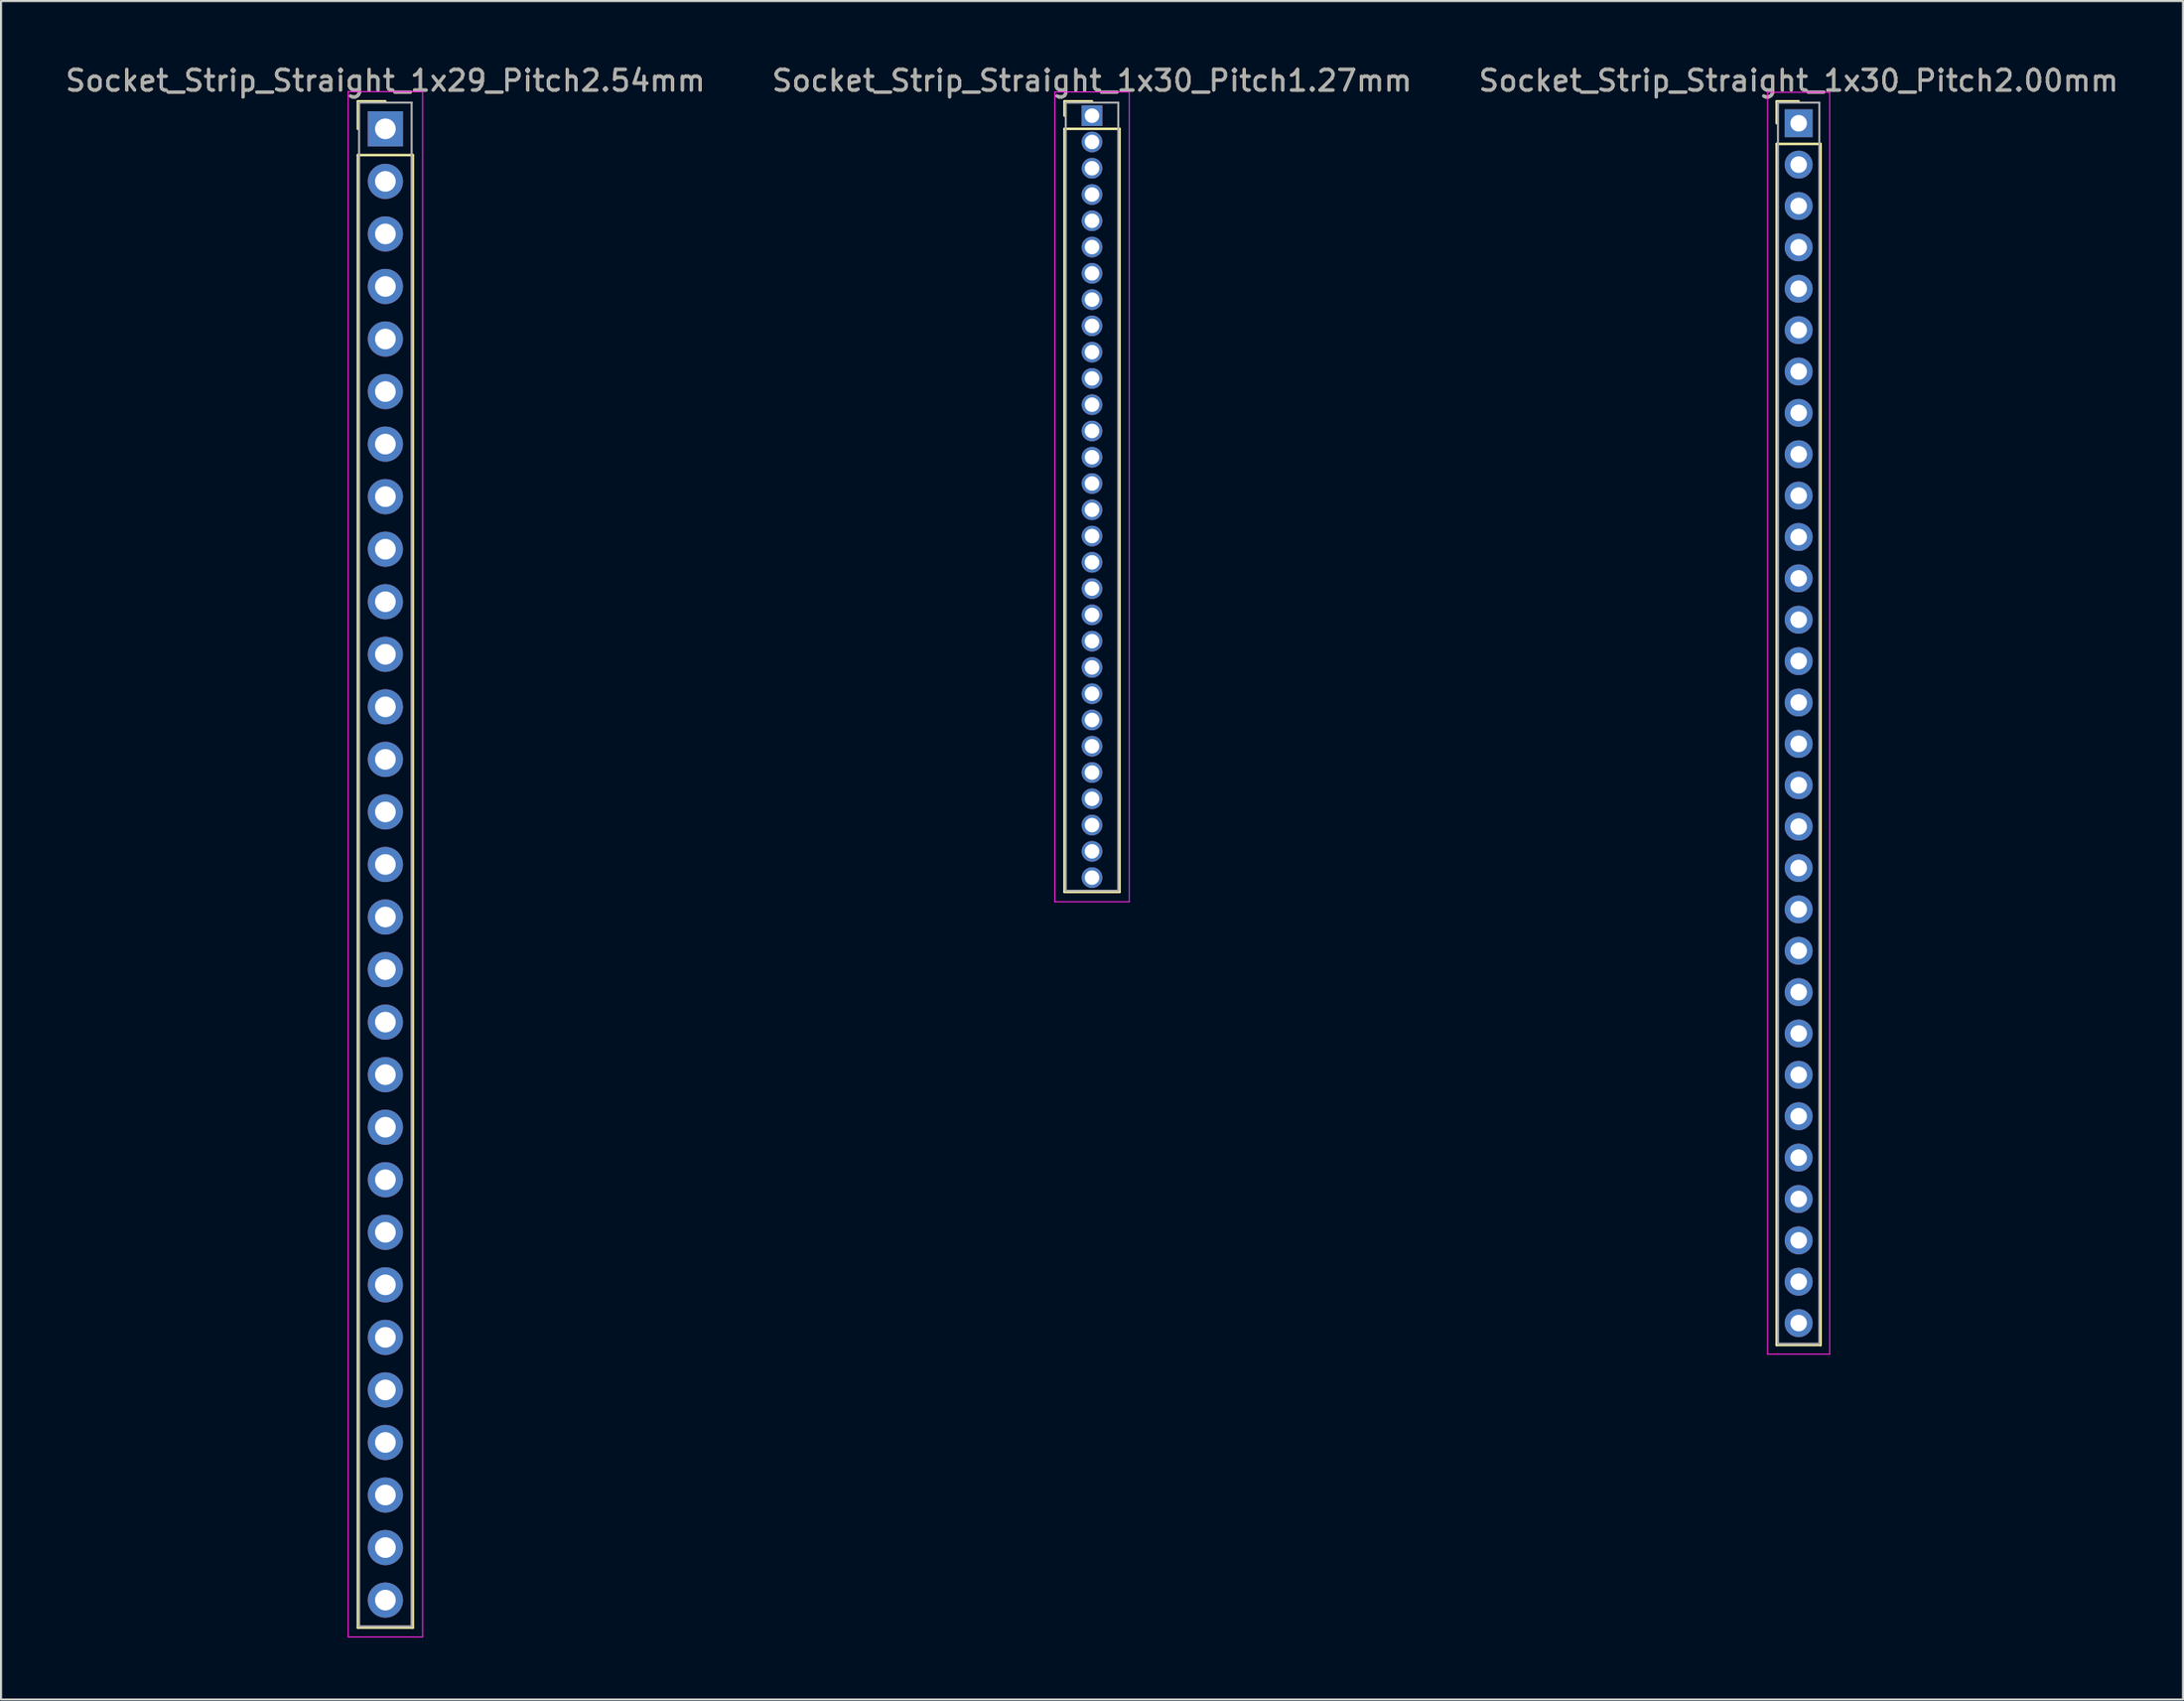
<source format=kicad_pcb>
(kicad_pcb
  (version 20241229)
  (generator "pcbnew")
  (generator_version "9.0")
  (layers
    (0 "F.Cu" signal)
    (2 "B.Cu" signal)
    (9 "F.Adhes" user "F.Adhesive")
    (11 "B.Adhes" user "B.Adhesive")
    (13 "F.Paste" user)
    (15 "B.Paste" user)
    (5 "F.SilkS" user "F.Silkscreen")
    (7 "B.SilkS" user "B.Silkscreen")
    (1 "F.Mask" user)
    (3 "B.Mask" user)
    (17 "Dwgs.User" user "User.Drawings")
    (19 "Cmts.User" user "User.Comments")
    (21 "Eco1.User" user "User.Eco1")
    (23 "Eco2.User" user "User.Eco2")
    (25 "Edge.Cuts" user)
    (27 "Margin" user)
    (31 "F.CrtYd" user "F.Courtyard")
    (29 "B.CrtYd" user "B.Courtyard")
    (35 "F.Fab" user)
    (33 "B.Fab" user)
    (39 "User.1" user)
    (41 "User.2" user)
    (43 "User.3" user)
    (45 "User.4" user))
  (footprint "Socket_Strip_Straight_1x29_Pitch2.54mm"
    (layer "F.Cu")
    (at 15.577 3.178)
    (property "Reference" "Socket_Strip_Straight_1x29_Pitch2.54mm" (at 0 -2.33 0) (layer "F.SilkS") (effects (font (size 1 1) (thickness 0.15))))
    (attr through_hole)
    (fp_line (start -1.33 -1.33) (end 0 -1.33) (stroke (width 0.12) (type solid)) (layer "F.SilkS"))
    (fp_line (start -1.33 0) (end -1.33 -1.33) (stroke (width 0.12) (type solid)) (layer "F.SilkS"))
    (fp_line (start -1.33 1.27) (end -1.33 72.45) (stroke (width 0.12) (type solid)) (layer "F.SilkS"))
    (fp_line (start -1.33 72.45) (end 1.33 72.45) (stroke (width 0.12) (type solid)) (layer "F.SilkS"))
    (fp_line (start 1.33 1.27) (end -1.33 1.27) (stroke (width 0.12) (type solid)) (layer "F.SilkS"))
    (fp_line (start 1.33 72.45) (end 1.33 1.27) (stroke (width 0.12) (type solid)) (layer "F.SilkS"))
    (fp_line (start -1.8 -1.8) (end -1.8 72.9) (stroke (width 0.05) (type solid)) (layer "F.CrtYd"))
    (fp_line (start -1.8 72.9) (end 1.8 72.9) (stroke (width 0.05) (type solid)) (layer "F.CrtYd"))
    (fp_line (start 1.8 -1.8) (end -1.8 -1.8) (stroke (width 0.05) (type solid)) (layer "F.CrtYd"))
    (fp_line (start 1.8 72.9) (end 1.8 -1.8) (stroke (width 0.05) (type solid)) (layer "F.CrtYd"))
    (fp_line (start -1.27 -1.27) (end -1.27 72.39) (stroke (width 0.1) (type solid)) (layer "F.Fab"))
    (fp_line (start -1.27 72.39) (end 1.27 72.39) (stroke (width 0.1) (type solid)) (layer "F.Fab"))
    (fp_line (start 1.27 -1.27) (end -1.27 -1.27) (stroke (width 0.1) (type solid)) (layer "F.Fab"))
    (fp_line (start 1.27 72.39) (end 1.27 -1.27) (stroke (width 0.1) (type solid)) (layer "F.Fab"))
    (fp_text user "${REFERENCE}" (at 0 -2.33 0) (layer "F.Fab") (effects (font (size 1 1) (thickness 0.15))))
    (pad "1" thru_hole rect (at 0 0) (size 1.7 1.7) (drill 1) (layers "*.Cu" "*.Mask"))
    (pad "2" thru_hole oval (at 0 2.54) (size 1.7 1.7) (drill 1) (layers "*.Cu" "*.Mask"))
    (pad "3" thru_hole oval (at 0 5.08) (size 1.7 1.7) (drill 1) (layers "*.Cu" "*.Mask"))
    (pad "4" thru_hole oval (at 0 7.62) (size 1.7 1.7) (drill 1) (layers "*.Cu" "*.Mask"))
    (pad "5" thru_hole oval (at 0 10.16) (size 1.7 1.7) (drill 1) (layers "*.Cu" "*.Mask"))
    (pad "6" thru_hole oval (at 0 12.7) (size 1.7 1.7) (drill 1) (layers "*.Cu" "*.Mask"))
    (pad "7" thru_hole oval (at 0 15.24) (size 1.7 1.7) (drill 1) (layers "*.Cu" "*.Mask"))
    (pad "8" thru_hole oval (at 0 17.78) (size 1.7 1.7) (drill 1) (layers "*.Cu" "*.Mask"))
    (pad "9" thru_hole oval (at 0 20.32) (size 1.7 1.7) (drill 1) (layers "*.Cu" "*.Mask"))
    (pad "10" thru_hole oval (at 0 22.86) (size 1.7 1.7) (drill 1) (layers "*.Cu" "*.Mask"))
    (pad "11" thru_hole oval (at 0 25.4) (size 1.7 1.7) (drill 1) (layers "*.Cu" "*.Mask"))
    (pad "12" thru_hole oval (at 0 27.94) (size 1.7 1.7) (drill 1) (layers "*.Cu" "*.Mask"))
    (pad "13" thru_hole oval (at 0 30.48) (size 1.7 1.7) (drill 1) (layers "*.Cu" "*.Mask"))
    (pad "14" thru_hole oval (at 0 33.02) (size 1.7 1.7) (drill 1) (layers "*.Cu" "*.Mask"))
    (pad "15" thru_hole oval (at 0 35.56) (size 1.7 1.7) (drill 1) (layers "*.Cu" "*.Mask"))
    (pad "16" thru_hole oval (at 0 38.1) (size 1.7 1.7) (drill 1) (layers "*.Cu" "*.Mask"))
    (pad "17" thru_hole oval (at 0 40.64) (size 1.7 1.7) (drill 1) (layers "*.Cu" "*.Mask"))
    (pad "18" thru_hole oval (at 0 43.18) (size 1.7 1.7) (drill 1) (layers "*.Cu" "*.Mask"))
    (pad "19" thru_hole oval (at 0 45.72) (size 1.7 1.7) (drill 1) (layers "*.Cu" "*.Mask"))
    (pad "20" thru_hole oval (at 0 48.26) (size 1.7 1.7) (drill 1) (layers "*.Cu" "*.Mask"))
    (pad "21" thru_hole oval (at 0 50.8) (size 1.7 1.7) (drill 1) (layers "*.Cu" "*.Mask"))
    (pad "22" thru_hole oval (at 0 53.34) (size 1.7 1.7) (drill 1) (layers "*.Cu" "*.Mask"))
    (pad "23" thru_hole oval (at 0 55.88) (size 1.7 1.7) (drill 1) (layers "*.Cu" "*.Mask"))
    (pad "24" thru_hole oval (at 0 58.42) (size 1.7 1.7) (drill 1) (layers "*.Cu" "*.Mask"))
    (pad "25" thru_hole oval (at 0 60.96) (size 1.7 1.7) (drill 1) (layers "*.Cu" "*.Mask"))
    (pad "26" thru_hole oval (at 0 63.5) (size 1.7 1.7) (drill 1) (layers "*.Cu" "*.Mask"))
    (pad "27" thru_hole oval (at 0 66.04) (size 1.7 1.7) (drill 1) (layers "*.Cu" "*.Mask"))
    (pad "28" thru_hole oval (at 0 68.58) (size 1.7 1.7) (drill 1) (layers "*.Cu" "*.Mask"))
    (pad "29" thru_hole oval (at 0 71.12) (size 1.7 1.7) (drill 1) (layers "*.Cu" "*.Mask")))
  (footprint "Socket_Strip_Straight_1x30_Pitch1.27mm"
    (layer "F.Cu")
    (at 49.732 2.543)
    (property "Reference" "Socket_Strip_Straight_1x30_Pitch1.27mm" (at 0 -1.695 0) (layer "F.SilkS") (effects (font (size 1 1) (thickness 0.15))))
    (attr through_hole)
    (fp_line (start -1.33 -0.695) (end 0 -0.695) (stroke (width 0.12) (type solid)) (layer "F.SilkS"))
    (fp_line (start -1.33 0) (end -1.33 -0.695) (stroke (width 0.12) (type solid)) (layer "F.SilkS"))
    (fp_line (start -1.33 0.635) (end -1.33 37.525) (stroke (width 0.12) (type solid)) (layer "F.SilkS"))
    (fp_line (start -1.33 37.525) (end 1.33 37.525) (stroke (width 0.12) (type solid)) (layer "F.SilkS"))
    (fp_line (start 1.33 0.635) (end -1.33 0.635) (stroke (width 0.12) (type solid)) (layer "F.SilkS"))
    (fp_line (start 1.33 37.525) (end 1.33 0.635) (stroke (width 0.12) (type solid)) (layer "F.SilkS"))
    (fp_line (start -1.8 -1.15) (end -1.8 38) (stroke (width 0.05) (type solid)) (layer "F.CrtYd"))
    (fp_line (start -1.8 38) (end 1.8 38) (stroke (width 0.05) (type solid)) (layer "F.CrtYd"))
    (fp_line (start 1.8 -1.15) (end -1.8 -1.15) (stroke (width 0.05) (type solid)) (layer "F.CrtYd"))
    (fp_line (start 1.8 38) (end 1.8 -1.15) (stroke (width 0.05) (type solid)) (layer "F.CrtYd"))
    (fp_line (start -1.27 -0.635) (end -1.27 37.465) (stroke (width 0.1) (type solid)) (layer "F.Fab"))
    (fp_line (start -1.27 37.465) (end 1.27 37.465) (stroke (width 0.1) (type solid)) (layer "F.Fab"))
    (fp_line (start 1.27 -0.635) (end -1.27 -0.635) (stroke (width 0.1) (type solid)) (layer "F.Fab"))
    (fp_line (start 1.27 37.465) (end 1.27 -0.635) (stroke (width 0.1) (type solid)) (layer "F.Fab"))
    (fp_text user "${REFERENCE}" (at 0 -1.695 0) (layer "F.Fab") (effects (font (size 1 1) (thickness 0.15))))
    (pad "1" thru_hole rect (at 0 0) (size 1 1) (drill 0.7) (layers "*.Cu" "*.Mask"))
    (pad "2" thru_hole oval (at 0 1.27) (size 1 1) (drill 0.7) (layers "*.Cu" "*.Mask"))
    (pad "3" thru_hole oval (at 0 2.54) (size 1 1) (drill 0.7) (layers "*.Cu" "*.Mask"))
    (pad "4" thru_hole oval (at 0 3.81) (size 1 1) (drill 0.7) (layers "*.Cu" "*.Mask"))
    (pad "5" thru_hole oval (at 0 5.08) (size 1 1) (drill 0.7) (layers "*.Cu" "*.Mask"))
    (pad "6" thru_hole oval (at 0 6.35) (size 1 1) (drill 0.7) (layers "*.Cu" "*.Mask"))
    (pad "7" thru_hole oval (at 0 7.62) (size 1 1) (drill 0.7) (layers "*.Cu" "*.Mask"))
    (pad "8" thru_hole oval (at 0 8.89) (size 1 1) (drill 0.7) (layers "*.Cu" "*.Mask"))
    (pad "9" thru_hole oval (at 0 10.16) (size 1 1) (drill 0.7) (layers "*.Cu" "*.Mask"))
    (pad "10" thru_hole oval (at 0 11.43) (size 1 1) (drill 0.7) (layers "*.Cu" "*.Mask"))
    (pad "11" thru_hole oval (at 0 12.7) (size 1 1) (drill 0.7) (layers "*.Cu" "*.Mask"))
    (pad "12" thru_hole oval (at 0 13.97) (size 1 1) (drill 0.7) (layers "*.Cu" "*.Mask"))
    (pad "13" thru_hole oval (at 0 15.24) (size 1 1) (drill 0.7) (layers "*.Cu" "*.Mask"))
    (pad "14" thru_hole oval (at 0 16.51) (size 1 1) (drill 0.7) (layers "*.Cu" "*.Mask"))
    (pad "15" thru_hole oval (at 0 17.78) (size 1 1) (drill 0.7) (layers "*.Cu" "*.Mask"))
    (pad "16" thru_hole oval (at 0 19.05) (size 1 1) (drill 0.7) (layers "*.Cu" "*.Mask"))
    (pad "17" thru_hole oval (at 0 20.32) (size 1 1) (drill 0.7) (layers "*.Cu" "*.Mask"))
    (pad "18" thru_hole oval (at 0 21.59) (size 1 1) (drill 0.7) (layers "*.Cu" "*.Mask"))
    (pad "19" thru_hole oval (at 0 22.86) (size 1 1) (drill 0.7) (layers "*.Cu" "*.Mask"))
    (pad "20" thru_hole oval (at 0 24.13) (size 1 1) (drill 0.7) (layers "*.Cu" "*.Mask"))
    (pad "21" thru_hole oval (at 0 25.4) (size 1 1) (drill 0.7) (layers "*.Cu" "*.Mask"))
    (pad "22" thru_hole oval (at 0 26.67) (size 1 1) (drill 0.7) (layers "*.Cu" "*.Mask"))
    (pad "23" thru_hole oval (at 0 27.94) (size 1 1) (drill 0.7) (layers "*.Cu" "*.Mask"))
    (pad "24" thru_hole oval (at 0 29.21) (size 1 1) (drill 0.7) (layers "*.Cu" "*.Mask"))
    (pad "25" thru_hole oval (at 0 30.48) (size 1 1) (drill 0.7) (layers "*.Cu" "*.Mask"))
    (pad "26" thru_hole oval (at 0 31.75) (size 1 1) (drill 0.7) (layers "*.Cu" "*.Mask"))
    (pad "27" thru_hole oval (at 0 33.02) (size 1 1) (drill 0.7) (layers "*.Cu" "*.Mask"))
    (pad "28" thru_hole oval (at 0 34.29) (size 1 1) (drill 0.7) (layers "*.Cu" "*.Mask"))
    (pad "29" thru_hole oval (at 0 35.56) (size 1 1) (drill 0.7) (layers "*.Cu" "*.Mask"))
    (pad "30" thru_hole oval (at 0 36.83) (size 1 1) (drill 0.7) (layers "*.Cu" "*.Mask")))
  (footprint "Socket_Strip_Straight_1x30_Pitch2.00mm"
    (layer "F.Cu")
    (at 83.887 2.908)
    (property "Reference" "Socket_Strip_Straight_1x30_Pitch2.00mm" (at 0 -2.06 0) (layer "F.SilkS") (effects (font (size 1 1) (thickness 0.15))))
    (attr through_hole)
    (fp_line (start -1.06 -1.06) (end 0 -1.06) (stroke (width 0.12) (type solid)) (layer "F.SilkS"))
    (fp_line (start -1.06 0) (end -1.06 -1.06) (stroke (width 0.12) (type solid)) (layer "F.SilkS"))
    (fp_line (start -1.06 1) (end -1.06 59.06) (stroke (width 0.12) (type solid)) (layer "F.SilkS"))
    (fp_line (start -1.06 59.06) (end 1.06 59.06) (stroke (width 0.12) (type solid)) (layer "F.SilkS"))
    (fp_line (start 1.06 1) (end -1.06 1) (stroke (width 0.12) (type solid)) (layer "F.SilkS"))
    (fp_line (start 1.06 59.06) (end 1.06 1) (stroke (width 0.12) (type solid)) (layer "F.SilkS"))
    (fp_line (start -1.5 -1.5) (end -1.5 59.5) (stroke (width 0.05) (type solid)) (layer "F.CrtYd"))
    (fp_line (start -1.5 59.5) (end 1.5 59.5) (stroke (width 0.05) (type solid)) (layer "F.CrtYd"))
    (fp_line (start 1.5 -1.5) (end -1.5 -1.5) (stroke (width 0.05) (type solid)) (layer "F.CrtYd"))
    (fp_line (start 1.5 59.5) (end 1.5 -1.5) (stroke (width 0.05) (type solid)) (layer "F.CrtYd"))
    (fp_line (start -1 -1) (end -1 59) (stroke (width 0.1) (type solid)) (layer "F.Fab"))
    (fp_line (start -1 59) (end 1 59) (stroke (width 0.1) (type solid)) (layer "F.Fab"))
    (fp_line (start 1 -1) (end -1 -1) (stroke (width 0.1) (type solid)) (layer "F.Fab"))
    (fp_line (start 1 59) (end 1 -1) (stroke (width 0.1) (type solid)) (layer "F.Fab"))
    (fp_text user "${REFERENCE}" (at 0 -2.06 0) (layer "F.Fab") (effects (font (size 1 1) (thickness 0.15))))
    (pad "1" thru_hole rect (at 0 0) (size 1.35 1.35) (drill 0.8) (layers "*.Cu" "*.Mask"))
    (pad "2" thru_hole oval (at 0 2) (size 1.35 1.35) (drill 0.8) (layers "*.Cu" "*.Mask"))
    (pad "3" thru_hole oval (at 0 4) (size 1.35 1.35) (drill 0.8) (layers "*.Cu" "*.Mask"))
    (pad "4" thru_hole oval (at 0 6) (size 1.35 1.35) (drill 0.8) (layers "*.Cu" "*.Mask"))
    (pad "5" thru_hole oval (at 0 8) (size 1.35 1.35) (drill 0.8) (layers "*.Cu" "*.Mask"))
    (pad "6" thru_hole oval (at 0 10) (size 1.35 1.35) (drill 0.8) (layers "*.Cu" "*.Mask"))
    (pad "7" thru_hole oval (at 0 12) (size 1.35 1.35) (drill 0.8) (layers "*.Cu" "*.Mask"))
    (pad "8" thru_hole oval (at 0 14) (size 1.35 1.35) (drill 0.8) (layers "*.Cu" "*.Mask"))
    (pad "9" thru_hole oval (at 0 16) (size 1.35 1.35) (drill 0.8) (layers "*.Cu" "*.Mask"))
    (pad "10" thru_hole oval (at 0 18) (size 1.35 1.35) (drill 0.8) (layers "*.Cu" "*.Mask"))
    (pad "11" thru_hole oval (at 0 20) (size 1.35 1.35) (drill 0.8) (layers "*.Cu" "*.Mask"))
    (pad "12" thru_hole oval (at 0 22) (size 1.35 1.35) (drill 0.8) (layers "*.Cu" "*.Mask"))
    (pad "13" thru_hole oval (at 0 24) (size 1.35 1.35) (drill 0.8) (layers "*.Cu" "*.Mask"))
    (pad "14" thru_hole oval (at 0 26) (size 1.35 1.35) (drill 0.8) (layers "*.Cu" "*.Mask"))
    (pad "15" thru_hole oval (at 0 28) (size 1.35 1.35) (drill 0.8) (layers "*.Cu" "*.Mask"))
    (pad "16" thru_hole oval (at 0 30) (size 1.35 1.35) (drill 0.8) (layers "*.Cu" "*.Mask"))
    (pad "17" thru_hole oval (at 0 32) (size 1.35 1.35) (drill 0.8) (layers "*.Cu" "*.Mask"))
    (pad "18" thru_hole oval (at 0 34) (size 1.35 1.35) (drill 0.8) (layers "*.Cu" "*.Mask"))
    (pad "19" thru_hole oval (at 0 36) (size 1.35 1.35) (drill 0.8) (layers "*.Cu" "*.Mask"))
    (pad "20" thru_hole oval (at 0 38) (size 1.35 1.35) (drill 0.8) (layers "*.Cu" "*.Mask"))
    (pad "21" thru_hole oval (at 0 40) (size 1.35 1.35) (drill 0.8) (layers "*.Cu" "*.Mask"))
    (pad "22" thru_hole oval (at 0 42) (size 1.35 1.35) (drill 0.8) (layers "*.Cu" "*.Mask"))
    (pad "23" thru_hole oval (at 0 44) (size 1.35 1.35) (drill 0.8) (layers "*.Cu" "*.Mask"))
    (pad "24" thru_hole oval (at 0 46) (size 1.35 1.35) (drill 0.8) (layers "*.Cu" "*.Mask"))
    (pad "25" thru_hole oval (at 0 48) (size 1.35 1.35) (drill 0.8) (layers "*.Cu" "*.Mask"))
    (pad "26" thru_hole oval (at 0 50) (size 1.35 1.35) (drill 0.8) (layers "*.Cu" "*.Mask"))
    (pad "27" thru_hole oval (at 0 52) (size 1.35 1.35) (drill 0.8) (layers "*.Cu" "*.Mask"))
    (pad "28" thru_hole oval (at 0 54) (size 1.35 1.35) (drill 0.8) (layers "*.Cu" "*.Mask"))
    (pad "29" thru_hole oval (at 0 56) (size 1.35 1.35) (drill 0.8) (layers "*.Cu" "*.Mask"))
    (pad "30" thru_hole oval (at 0 58) (size 1.35 1.35) (drill 0.8) (layers "*.Cu" "*.Mask")))
  (gr_rect
    (start -3 -3)
    (end 102.464 79.103)
    (stroke (width 0.1) (type default))
    (fill no)
    (layer "Edge.Cuts")))
</source>
